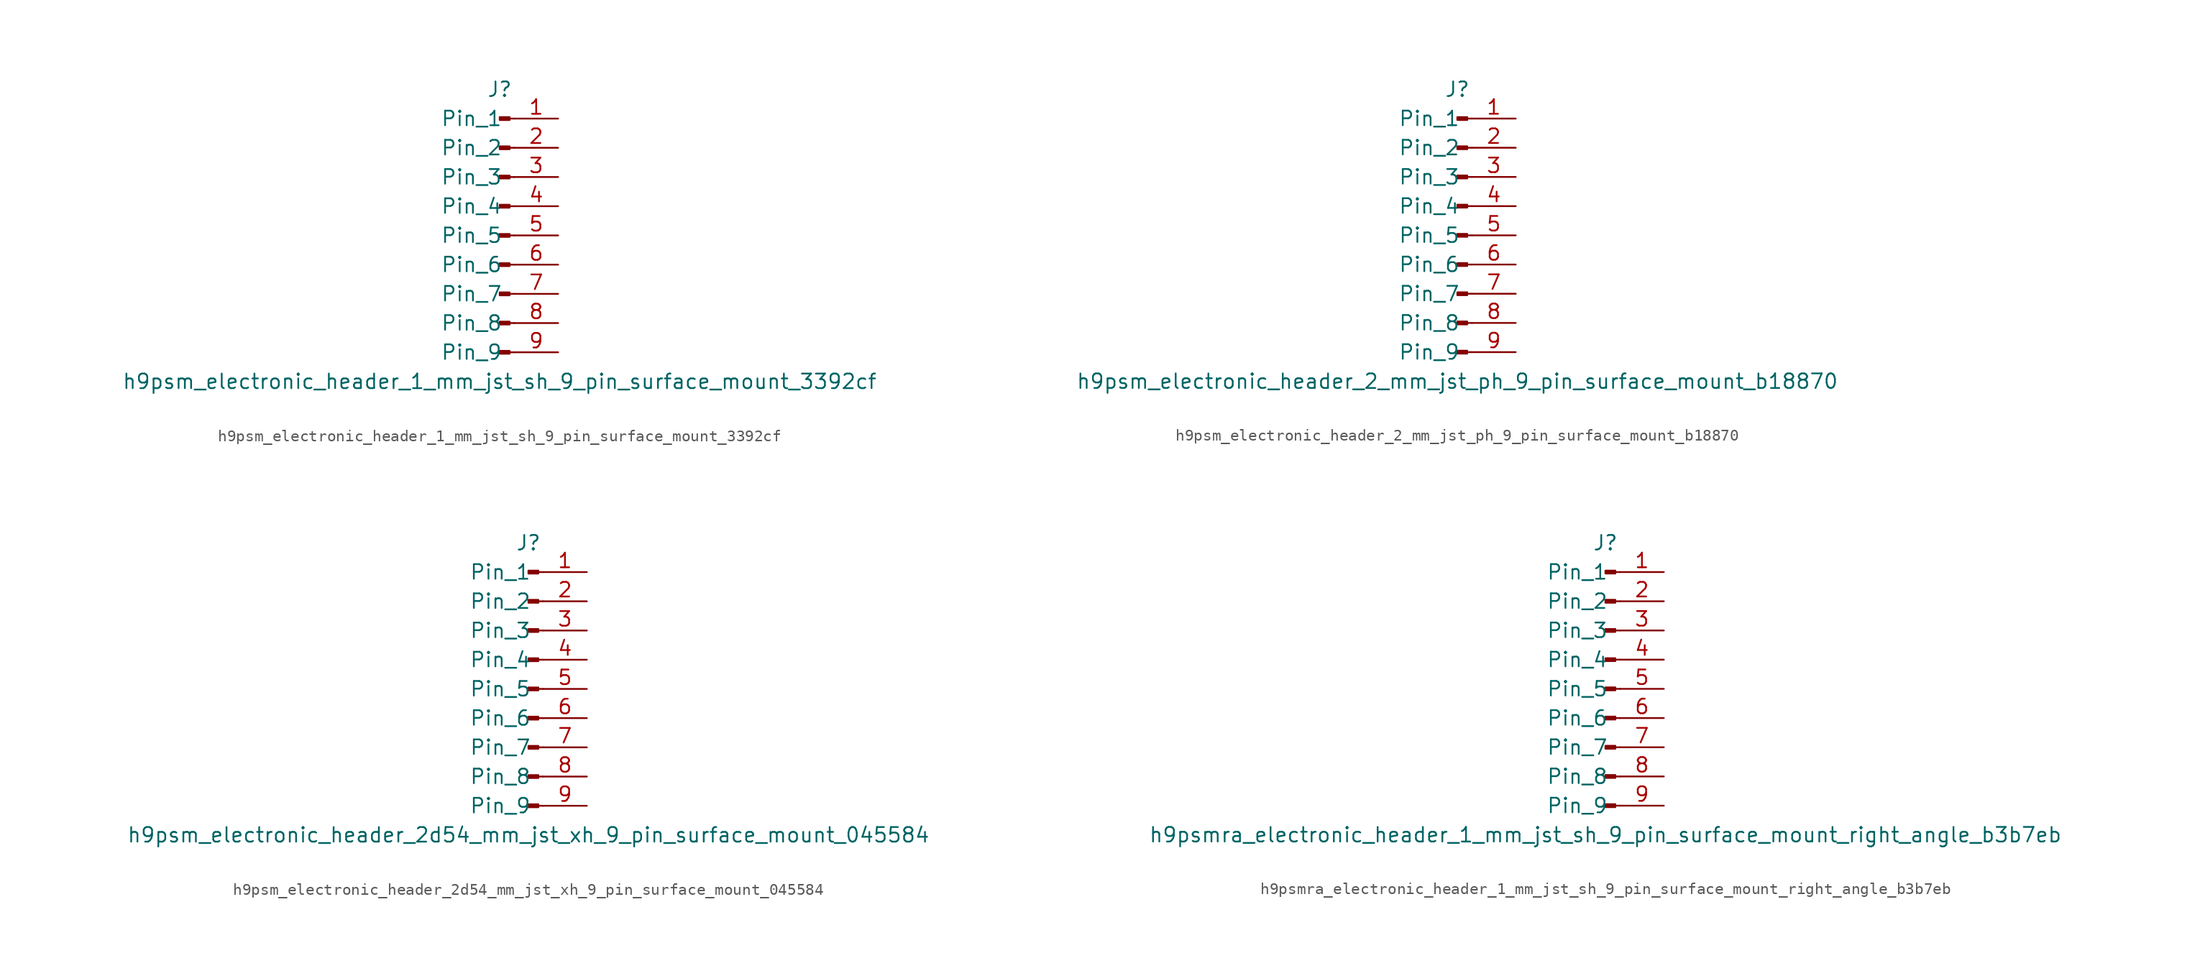
<source format=kicad_sym>
(kicad_symbol_lib
  (version 20220914)
  (generator kicad_symbol_editor)
  (symbol "h9psm_electronic_header_1_mm_jst_sh_9_pin_surface_mount_3392cf"
    (pin_names
      (offset 1.016))
    (property "Reference" "J"
      (at 0 12.7 0)
      (effects (font (size 1.27 1.27))))
    (property "Value" "h9psm_electronic_header_1_mm_jst_sh_9_pin_surface_mount_3392cf"
      (at 0 -12.7 0)
      (effects (font (size 1.27 1.27))))
    (property "ki_locked" ""
      (at 0 0 0)
      (effects (font (size 1.27 1.27))))
    (symbol "h9psm_electronic_header_1_mm_jst_sh_9_pin_surface_mount_3392cf_1_1"
      (polyline (pts (xy 1.27 -10.16) (xy 0.864 -10.16)) (stroke (width 0.152) (type default)) (fill (type none)))
      (polyline (pts (xy 1.27 -7.62) (xy 0.864 -7.62)) (stroke (width 0.152) (type default)) (fill (type none)))
      (polyline (pts (xy 1.27 -5.08) (xy 0.864 -5.08)) (stroke (width 0.152) (type default)) (fill (type none)))
      (polyline (pts (xy 1.27 -2.54) (xy 0.864 -2.54)) (stroke (width 0.152) (type default)) (fill (type none)))
      (polyline (pts (xy 1.27 0) (xy 0.864 0)) (stroke (width 0.152) (type default)) (fill (type none)))
      (polyline (pts (xy 1.27 2.54) (xy 0.864 2.54)) (stroke (width 0.152) (type default)) (fill (type none)))
      (polyline (pts (xy 1.27 5.08) (xy 0.864 5.08)) (stroke (width 0.152) (type default)) (fill (type none)))
      (polyline (pts (xy 1.27 7.62) (xy 0.864 7.62)) (stroke (width 0.152) (type default)) (fill (type none)))
      (polyline (pts (xy 1.27 10.16) (xy 0.864 10.16)) (stroke (width 0.152) (type default)) (fill (type none)))
      (rectangle (start 0.864 -10.033) (end 0 -10.287) (stroke (width 0.152) (type default)) (fill (type outline)))
      (rectangle (start 0.864 -7.493) (end 0 -7.747) (stroke (width 0.152) (type default)) (fill (type outline)))
      (rectangle (start 0.864 -4.953) (end 0 -5.207) (stroke (width 0.152) (type default)) (fill (type outline)))
      (rectangle (start 0.864 -2.413) (end 0 -2.667) (stroke (width 0.152) (type default)) (fill (type outline)))
      (rectangle (start 0.864 0.127) (end 0 -0.127) (stroke (width 0.152) (type default)) (fill (type outline)))
      (rectangle (start 0.864 2.667) (end 0 2.413) (stroke (width 0.152) (type default)) (fill (type outline)))
      (rectangle (start 0.864 5.207) (end 0 4.953) (stroke (width 0.152) (type default)) (fill (type outline)))
      (rectangle (start 0.864 7.747) (end 0 7.493) (stroke (width 0.152) (type default)) (fill (type outline)))
      (rectangle (start 0.864 10.287) (end 0 10.033) (stroke (width 0.152) (type default)) (fill (type outline)))
      (pin passive line (at 5.08 10.16 180) (length 3.81) (name "Pin_1" (effects (font (size 1.27 1.27)))) (number "1" (effects (font (size 1.27 1.27)))))
      (pin passive line (at 5.08 7.62 180) (length 3.81) (name "Pin_2" (effects (font (size 1.27 1.27)))) (number "2" (effects (font (size 1.27 1.27)))))
      (pin passive line (at 5.08 5.08 180) (length 3.81) (name "Pin_3" (effects (font (size 1.27 1.27)))) (number "3" (effects (font (size 1.27 1.27)))))
      (pin passive line (at 5.08 2.54 180) (length 3.81) (name "Pin_4" (effects (font (size 1.27 1.27)))) (number "4" (effects (font (size 1.27 1.27)))))
      (pin passive line (at 5.08 0 180) (length 3.81) (name "Pin_5" (effects (font (size 1.27 1.27)))) (number "5" (effects (font (size 1.27 1.27)))))
      (pin passive line (at 5.08 -2.54 180) (length 3.81) (name "Pin_6" (effects (font (size 1.27 1.27)))) (number "6" (effects (font (size 1.27 1.27)))))
      (pin passive line (at 5.08 -5.08 180) (length 3.81) (name "Pin_7" (effects (font (size 1.27 1.27)))) (number "7" (effects (font (size 1.27 1.27)))))
      (pin passive line (at 5.08 -7.62 180) (length 3.81) (name "Pin_8" (effects (font (size 1.27 1.27)))) (number "8" (effects (font (size 1.27 1.27)))))
      (pin passive line (at 5.08 -10.16 180) (length 3.81) (name "Pin_9" (effects (font (size 1.27 1.27)))) (number "9" (effects (font (size 1.27 1.27)))))))
  (symbol "h9psm_electronic_header_2_mm_jst_ph_9_pin_surface_mount_b18870"
    (pin_names
      (offset 1.016))
    (property "Reference" "J"
      (at 0 12.7 0)
      (effects (font (size 1.27 1.27))))
    (property "Value" "h9psm_electronic_header_2_mm_jst_ph_9_pin_surface_mount_b18870"
      (at 0 -12.7 0)
      (effects (font (size 1.27 1.27))))
    (property "ki_locked" ""
      (at 0 0 0)
      (effects (font (size 1.27 1.27))))
    (symbol "h9psm_electronic_header_2_mm_jst_ph_9_pin_surface_mount_b18870_1_1"
      (polyline (pts (xy 1.27 -10.16) (xy 0.864 -10.16)) (stroke (width 0.152) (type default)) (fill (type none)))
      (polyline (pts (xy 1.27 -7.62) (xy 0.864 -7.62)) (stroke (width 0.152) (type default)) (fill (type none)))
      (polyline (pts (xy 1.27 -5.08) (xy 0.864 -5.08)) (stroke (width 0.152) (type default)) (fill (type none)))
      (polyline (pts (xy 1.27 -2.54) (xy 0.864 -2.54)) (stroke (width 0.152) (type default)) (fill (type none)))
      (polyline (pts (xy 1.27 0) (xy 0.864 0)) (stroke (width 0.152) (type default)) (fill (type none)))
      (polyline (pts (xy 1.27 2.54) (xy 0.864 2.54)) (stroke (width 0.152) (type default)) (fill (type none)))
      (polyline (pts (xy 1.27 5.08) (xy 0.864 5.08)) (stroke (width 0.152) (type default)) (fill (type none)))
      (polyline (pts (xy 1.27 7.62) (xy 0.864 7.62)) (stroke (width 0.152) (type default)) (fill (type none)))
      (polyline (pts (xy 1.27 10.16) (xy 0.864 10.16)) (stroke (width 0.152) (type default)) (fill (type none)))
      (rectangle (start 0.864 -10.033) (end 0 -10.287) (stroke (width 0.152) (type default)) (fill (type outline)))
      (rectangle (start 0.864 -7.493) (end 0 -7.747) (stroke (width 0.152) (type default)) (fill (type outline)))
      (rectangle (start 0.864 -4.953) (end 0 -5.207) (stroke (width 0.152) (type default)) (fill (type outline)))
      (rectangle (start 0.864 -2.413) (end 0 -2.667) (stroke (width 0.152) (type default)) (fill (type outline)))
      (rectangle (start 0.864 0.127) (end 0 -0.127) (stroke (width 0.152) (type default)) (fill (type outline)))
      (rectangle (start 0.864 2.667) (end 0 2.413) (stroke (width 0.152) (type default)) (fill (type outline)))
      (rectangle (start 0.864 5.207) (end 0 4.953) (stroke (width 0.152) (type default)) (fill (type outline)))
      (rectangle (start 0.864 7.747) (end 0 7.493) (stroke (width 0.152) (type default)) (fill (type outline)))
      (rectangle (start 0.864 10.287) (end 0 10.033) (stroke (width 0.152) (type default)) (fill (type outline)))
      (pin passive line (at 5.08 10.16 180) (length 3.81) (name "Pin_1" (effects (font (size 1.27 1.27)))) (number "1" (effects (font (size 1.27 1.27)))))
      (pin passive line (at 5.08 7.62 180) (length 3.81) (name "Pin_2" (effects (font (size 1.27 1.27)))) (number "2" (effects (font (size 1.27 1.27)))))
      (pin passive line (at 5.08 5.08 180) (length 3.81) (name "Pin_3" (effects (font (size 1.27 1.27)))) (number "3" (effects (font (size 1.27 1.27)))))
      (pin passive line (at 5.08 2.54 180) (length 3.81) (name "Pin_4" (effects (font (size 1.27 1.27)))) (number "4" (effects (font (size 1.27 1.27)))))
      (pin passive line (at 5.08 0 180) (length 3.81) (name "Pin_5" (effects (font (size 1.27 1.27)))) (number "5" (effects (font (size 1.27 1.27)))))
      (pin passive line (at 5.08 -2.54 180) (length 3.81) (name "Pin_6" (effects (font (size 1.27 1.27)))) (number "6" (effects (font (size 1.27 1.27)))))
      (pin passive line (at 5.08 -5.08 180) (length 3.81) (name "Pin_7" (effects (font (size 1.27 1.27)))) (number "7" (effects (font (size 1.27 1.27)))))
      (pin passive line (at 5.08 -7.62 180) (length 3.81) (name "Pin_8" (effects (font (size 1.27 1.27)))) (number "8" (effects (font (size 1.27 1.27)))))
      (pin passive line (at 5.08 -10.16 180) (length 3.81) (name "Pin_9" (effects (font (size 1.27 1.27)))) (number "9" (effects (font (size 1.27 1.27)))))))
  (symbol "h9psm_electronic_header_2d54_mm_jst_xh_9_pin_surface_mount_045584"
    (pin_names
      (offset 1.016))
    (property "Reference" "J"
      (at 0 12.7 0)
      (effects (font (size 1.27 1.27))))
    (property "Value" "h9psm_electronic_header_2d54_mm_jst_xh_9_pin_surface_mount_045584"
      (at 0 -12.7 0)
      (effects (font (size 1.27 1.27))))
    (property "ki_locked" ""
      (at 0 0 0)
      (effects (font (size 1.27 1.27))))
    (symbol "h9psm_electronic_header_2d54_mm_jst_xh_9_pin_surface_mount_045584_1_1"
      (polyline (pts (xy 1.27 -10.16) (xy 0.864 -10.16)) (stroke (width 0.152) (type default)) (fill (type none)))
      (polyline (pts (xy 1.27 -7.62) (xy 0.864 -7.62)) (stroke (width 0.152) (type default)) (fill (type none)))
      (polyline (pts (xy 1.27 -5.08) (xy 0.864 -5.08)) (stroke (width 0.152) (type default)) (fill (type none)))
      (polyline (pts (xy 1.27 -2.54) (xy 0.864 -2.54)) (stroke (width 0.152) (type default)) (fill (type none)))
      (polyline (pts (xy 1.27 0) (xy 0.864 0)) (stroke (width 0.152) (type default)) (fill (type none)))
      (polyline (pts (xy 1.27 2.54) (xy 0.864 2.54)) (stroke (width 0.152) (type default)) (fill (type none)))
      (polyline (pts (xy 1.27 5.08) (xy 0.864 5.08)) (stroke (width 0.152) (type default)) (fill (type none)))
      (polyline (pts (xy 1.27 7.62) (xy 0.864 7.62)) (stroke (width 0.152) (type default)) (fill (type none)))
      (polyline (pts (xy 1.27 10.16) (xy 0.864 10.16)) (stroke (width 0.152) (type default)) (fill (type none)))
      (rectangle (start 0.864 -10.033) (end 0 -10.287) (stroke (width 0.152) (type default)) (fill (type outline)))
      (rectangle (start 0.864 -7.493) (end 0 -7.747) (stroke (width 0.152) (type default)) (fill (type outline)))
      (rectangle (start 0.864 -4.953) (end 0 -5.207) (stroke (width 0.152) (type default)) (fill (type outline)))
      (rectangle (start 0.864 -2.413) (end 0 -2.667) (stroke (width 0.152) (type default)) (fill (type outline)))
      (rectangle (start 0.864 0.127) (end 0 -0.127) (stroke (width 0.152) (type default)) (fill (type outline)))
      (rectangle (start 0.864 2.667) (end 0 2.413) (stroke (width 0.152) (type default)) (fill (type outline)))
      (rectangle (start 0.864 5.207) (end 0 4.953) (stroke (width 0.152) (type default)) (fill (type outline)))
      (rectangle (start 0.864 7.747) (end 0 7.493) (stroke (width 0.152) (type default)) (fill (type outline)))
      (rectangle (start 0.864 10.287) (end 0 10.033) (stroke (width 0.152) (type default)) (fill (type outline)))
      (pin passive line (at 5.08 10.16 180) (length 3.81) (name "Pin_1" (effects (font (size 1.27 1.27)))) (number "1" (effects (font (size 1.27 1.27)))))
      (pin passive line (at 5.08 7.62 180) (length 3.81) (name "Pin_2" (effects (font (size 1.27 1.27)))) (number "2" (effects (font (size 1.27 1.27)))))
      (pin passive line (at 5.08 5.08 180) (length 3.81) (name "Pin_3" (effects (font (size 1.27 1.27)))) (number "3" (effects (font (size 1.27 1.27)))))
      (pin passive line (at 5.08 2.54 180) (length 3.81) (name "Pin_4" (effects (font (size 1.27 1.27)))) (number "4" (effects (font (size 1.27 1.27)))))
      (pin passive line (at 5.08 0 180) (length 3.81) (name "Pin_5" (effects (font (size 1.27 1.27)))) (number "5" (effects (font (size 1.27 1.27)))))
      (pin passive line (at 5.08 -2.54 180) (length 3.81) (name "Pin_6" (effects (font (size 1.27 1.27)))) (number "6" (effects (font (size 1.27 1.27)))))
      (pin passive line (at 5.08 -5.08 180) (length 3.81) (name "Pin_7" (effects (font (size 1.27 1.27)))) (number "7" (effects (font (size 1.27 1.27)))))
      (pin passive line (at 5.08 -7.62 180) (length 3.81) (name "Pin_8" (effects (font (size 1.27 1.27)))) (number "8" (effects (font (size 1.27 1.27)))))
      (pin passive line (at 5.08 -10.16 180) (length 3.81) (name "Pin_9" (effects (font (size 1.27 1.27)))) (number "9" (effects (font (size 1.27 1.27)))))))
  (symbol "h9psmra_electronic_header_1_mm_jst_sh_9_pin_surface_mount_right_angle_b3b7eb"
    (pin_names
      (offset 1.016))
    (property "Reference" "J"
      (at 0 12.7 0)
      (effects (font (size 1.27 1.27))))
    (property "Value" "h9psmra_electronic_header_1_mm_jst_sh_9_pin_surface_mount_right_angle_b3b7eb"
      (at 0 -12.7 0)
      (effects (font (size 1.27 1.27))))
    (property "ki_locked" ""
      (at 0 0 0)
      (effects (font (size 1.27 1.27))))
    (symbol "h9psmra_electronic_header_1_mm_jst_sh_9_pin_surface_mount_right_angle_b3b7eb_1_1"
      (polyline (pts (xy 1.27 -10.16) (xy 0.864 -10.16)) (stroke (width 0.152) (type default)) (fill (type none)))
      (polyline (pts (xy 1.27 -7.62) (xy 0.864 -7.62)) (stroke (width 0.152) (type default)) (fill (type none)))
      (polyline (pts (xy 1.27 -5.08) (xy 0.864 -5.08)) (stroke (width 0.152) (type default)) (fill (type none)))
      (polyline (pts (xy 1.27 -2.54) (xy 0.864 -2.54)) (stroke (width 0.152) (type default)) (fill (type none)))
      (polyline (pts (xy 1.27 0) (xy 0.864 0)) (stroke (width 0.152) (type default)) (fill (type none)))
      (polyline (pts (xy 1.27 2.54) (xy 0.864 2.54)) (stroke (width 0.152) (type default)) (fill (type none)))
      (polyline (pts (xy 1.27 5.08) (xy 0.864 5.08)) (stroke (width 0.152) (type default)) (fill (type none)))
      (polyline (pts (xy 1.27 7.62) (xy 0.864 7.62)) (stroke (width 0.152) (type default)) (fill (type none)))
      (polyline (pts (xy 1.27 10.16) (xy 0.864 10.16)) (stroke (width 0.152) (type default)) (fill (type none)))
      (rectangle (start 0.864 -10.033) (end 0 -10.287) (stroke (width 0.152) (type default)) (fill (type outline)))
      (rectangle (start 0.864 -7.493) (end 0 -7.747) (stroke (width 0.152) (type default)) (fill (type outline)))
      (rectangle (start 0.864 -4.953) (end 0 -5.207) (stroke (width 0.152) (type default)) (fill (type outline)))
      (rectangle (start 0.864 -2.413) (end 0 -2.667) (stroke (width 0.152) (type default)) (fill (type outline)))
      (rectangle (start 0.864 0.127) (end 0 -0.127) (stroke (width 0.152) (type default)) (fill (type outline)))
      (rectangle (start 0.864 2.667) (end 0 2.413) (stroke (width 0.152) (type default)) (fill (type outline)))
      (rectangle (start 0.864 5.207) (end 0 4.953) (stroke (width 0.152) (type default)) (fill (type outline)))
      (rectangle (start 0.864 7.747) (end 0 7.493) (stroke (width 0.152) (type default)) (fill (type outline)))
      (rectangle (start 0.864 10.287) (end 0 10.033) (stroke (width 0.152) (type default)) (fill (type outline)))
      (pin passive line (at 5.08 10.16 180) (length 3.81) (name "Pin_1" (effects (font (size 1.27 1.27)))) (number "1" (effects (font (size 1.27 1.27)))))
      (pin passive line (at 5.08 7.62 180) (length 3.81) (name "Pin_2" (effects (font (size 1.27 1.27)))) (number "2" (effects (font (size 1.27 1.27)))))
      (pin passive line (at 5.08 5.08 180) (length 3.81) (name "Pin_3" (effects (font (size 1.27 1.27)))) (number "3" (effects (font (size 1.27 1.27)))))
      (pin passive line (at 5.08 2.54 180) (length 3.81) (name "Pin_4" (effects (font (size 1.27 1.27)))) (number "4" (effects (font (size 1.27 1.27)))))
      (pin passive line (at 5.08 0 180) (length 3.81) (name "Pin_5" (effects (font (size 1.27 1.27)))) (number "5" (effects (font (size 1.27 1.27)))))
      (pin passive line (at 5.08 -2.54 180) (length 3.81) (name "Pin_6" (effects (font (size 1.27 1.27)))) (number "6" (effects (font (size 1.27 1.27)))))
      (pin passive line (at 5.08 -5.08 180) (length 3.81) (name "Pin_7" (effects (font (size 1.27 1.27)))) (number "7" (effects (font (size 1.27 1.27)))))
      (pin passive line (at 5.08 -7.62 180) (length 3.81) (name "Pin_8" (effects (font (size 1.27 1.27)))) (number "8" (effects (font (size 1.27 1.27)))))
      (pin passive line (at 5.08 -10.16 180) (length 3.81) (name "Pin_9" (effects (font (size 1.27 1.27)))) (number "9" (effects (font (size 1.27 1.27))))))))
</source>
